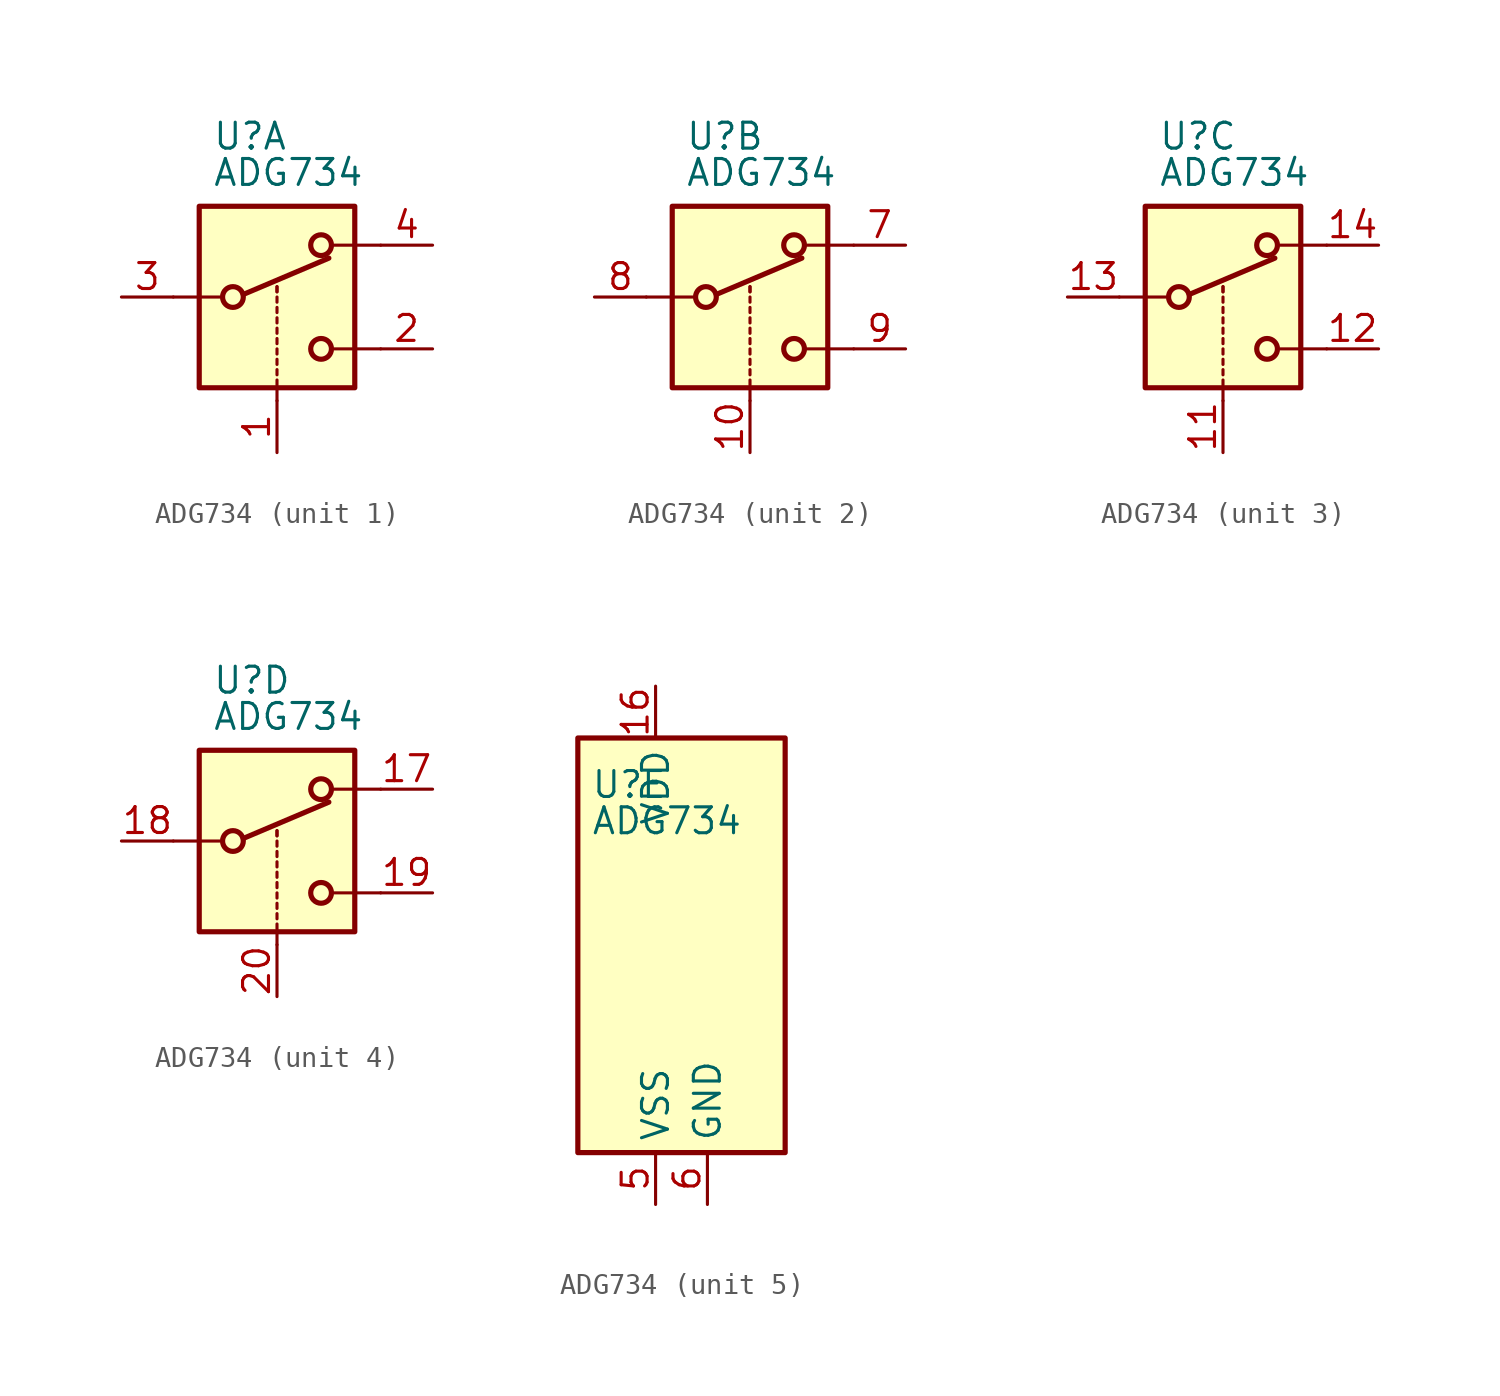
<source format=kicad_sym>
(kicad_symbol_lib
  (version 20241209)
  (generator "kicad_symbol_editor")
  (generator_version "9.0")
  (symbol "ADG734"
    (property "Reference" "U"
      (at -3.175 7.874 0)
      (effects (font (size 1.27 1.27)) (justify left)))
    (property "Value" "ADG734"
      (at -3.175 6.096 0)
      (effects (font (size 1.27 1.27)) (justify left)))
    (symbol "ADG734_1_1"
      (polyline (pts (xy -5.08 0) (xy -2.794 0)) (stroke (width 0) (type default)) (fill (type none)))
      (rectangle (start -3.81 4.445) (end 3.81 -4.445) (stroke (width 0.254) (type default)) (fill (type background)))
      (circle (center -2.159 0) (radius 0.508) (stroke (width 0.254) (type default)) (fill (type none)))
      (polyline (pts (xy -1.651 0.127) (xy 2.54 1.905)) (stroke (width 0.254) (type default)) (fill (type none)))
      (polyline (pts (xy 0 0.254) (xy 0 0.508)) (stroke (width 0) (type default)) (fill (type none)))
      (polyline (pts (xy 0 0.254) (xy 0 0.508)) (stroke (width 0) (type default)) (fill (type none)))
      (polyline (pts (xy 0 -0.254) (xy 0 0)) (stroke (width 0) (type default)) (fill (type none)))
      (polyline (pts (xy 0 -0.762) (xy 0 -0.508)) (stroke (width 0) (type default)) (fill (type none)))
      (polyline (pts (xy 0 -1.27) (xy 0 -1.016)) (stroke (width 0) (type default)) (fill (type none)))
      (polyline (pts (xy 0 -1.778) (xy 0 -1.524)) (stroke (width 0) (type default)) (fill (type none)))
      (polyline (pts (xy 0 -2.286) (xy 0 -2.032)) (stroke (width 0) (type default)) (fill (type none)))
      (polyline (pts (xy 0 -2.794) (xy 0 -2.54)) (stroke (width 0) (type default)) (fill (type none)))
      (polyline (pts (xy 0 -3.302) (xy 0 -3.048)) (stroke (width 0) (type default)) (fill (type none)))
      (polyline (pts (xy 0 -3.81) (xy 0 -3.556)) (stroke (width 0) (type default)) (fill (type none)))
      (polyline (pts (xy 0 -4.318) (xy 0 -4.064)) (stroke (width 0) (type default)) (fill (type none)))
      (polyline (pts (xy 0 -5.08) (xy 0 -4.572)) (stroke (width 0) (type default)) (fill (type none)))
      (circle (center 2.159 2.54) (radius 0.508) (stroke (width 0.254) (type default)) (fill (type none)))
      (circle (center 2.159 -2.54) (radius 0.508) (stroke (width 0.254) (type default)) (fill (type none)))
      (polyline (pts (xy 5.08 2.54) (xy 2.794 2.54)) (stroke (width 0) (type default)) (fill (type none)))
      (polyline (pts (xy 5.08 -2.54) (xy 2.794 -2.54)) (stroke (width 0) (type default)) (fill (type none)))
      (pin passive line (at -7.62 0 0) (length 2.54) (name "~" (effects (font (size 1.27 1.27)))) (number "3" (effects (font (size 1.27 1.27)))))
      (pin input line (at 0 -7.62 90) (length 2.54) (name "~" (effects (font (size 1.27 1.27)))) (number "1" (effects (font (size 1.27 1.27)))))
      (pin passive line (at 7.62 2.54 180) (length 2.54) (name "~" (effects (font (size 1.27 1.27)))) (number "4" (effects (font (size 1.27 1.27)))))
      (pin passive line (at 7.62 -2.54 180) (length 2.54) (name "~" (effects (font (size 1.27 1.27)))) (number "2" (effects (font (size 1.27 1.27))))))
    (symbol "ADG734_2_1"
      (polyline (pts (xy -5.08 0) (xy -2.794 0)) (stroke (width 0) (type default)) (fill (type none)))
      (rectangle (start -3.81 4.445) (end 3.81 -4.445) (stroke (width 0.254) (type default)) (fill (type background)))
      (circle (center -2.159 0) (radius 0.508) (stroke (width 0.254) (type default)) (fill (type none)))
      (polyline (pts (xy -1.651 0.127) (xy 2.54 1.905)) (stroke (width 0.254) (type default)) (fill (type none)))
      (polyline (pts (xy 0 0.254) (xy 0 0.508)) (stroke (width 0) (type default)) (fill (type none)))
      (polyline (pts (xy 0 0.254) (xy 0 0.508)) (stroke (width 0) (type default)) (fill (type none)))
      (polyline (pts (xy 0 -0.254) (xy 0 0)) (stroke (width 0) (type default)) (fill (type none)))
      (polyline (pts (xy 0 -0.762) (xy 0 -0.508)) (stroke (width 0) (type default)) (fill (type none)))
      (polyline (pts (xy 0 -1.27) (xy 0 -1.016)) (stroke (width 0) (type default)) (fill (type none)))
      (polyline (pts (xy 0 -1.778) (xy 0 -1.524)) (stroke (width 0) (type default)) (fill (type none)))
      (polyline (pts (xy 0 -2.286) (xy 0 -2.032)) (stroke (width 0) (type default)) (fill (type none)))
      (polyline (pts (xy 0 -2.794) (xy 0 -2.54)) (stroke (width 0) (type default)) (fill (type none)))
      (polyline (pts (xy 0 -3.302) (xy 0 -3.048)) (stroke (width 0) (type default)) (fill (type none)))
      (polyline (pts (xy 0 -3.81) (xy 0 -3.556)) (stroke (width 0) (type default)) (fill (type none)))
      (polyline (pts (xy 0 -4.318) (xy 0 -4.064)) (stroke (width 0) (type default)) (fill (type none)))
      (polyline (pts (xy 0 -5.08) (xy 0 -4.572)) (stroke (width 0) (type default)) (fill (type none)))
      (circle (center 2.159 2.54) (radius 0.508) (stroke (width 0.254) (type default)) (fill (type none)))
      (circle (center 2.159 -2.54) (radius 0.508) (stroke (width 0.254) (type default)) (fill (type none)))
      (polyline (pts (xy 5.08 2.54) (xy 2.794 2.54)) (stroke (width 0) (type default)) (fill (type none)))
      (polyline (pts (xy 5.08 -2.54) (xy 2.794 -2.54)) (stroke (width 0) (type default)) (fill (type none)))
      (pin passive line (at -7.62 0 0) (length 2.54) (name "~" (effects (font (size 1.27 1.27)))) (number "8" (effects (font (size 1.27 1.27)))))
      (pin input line (at 0 -7.62 90) (length 2.54) (name "~" (effects (font (size 1.27 1.27)))) (number "10" (effects (font (size 1.27 1.27)))))
      (pin passive line (at 7.62 2.54 180) (length 2.54) (name "~" (effects (font (size 1.27 1.27)))) (number "7" (effects (font (size 1.27 1.27)))))
      (pin passive line (at 7.62 -2.54 180) (length 2.54) (name "~" (effects (font (size 1.27 1.27)))) (number "9" (effects (font (size 1.27 1.27))))))
    (symbol "ADG734_3_1"
      (polyline (pts (xy -5.08 0) (xy -2.794 0)) (stroke (width 0) (type default)) (fill (type none)))
      (rectangle (start -3.81 4.445) (end 3.81 -4.445) (stroke (width 0.254) (type default)) (fill (type background)))
      (circle (center -2.159 0) (radius 0.508) (stroke (width 0.254) (type default)) (fill (type none)))
      (polyline (pts (xy -1.651 0.127) (xy 2.54 1.905)) (stroke (width 0.254) (type default)) (fill (type none)))
      (polyline (pts (xy 0 0.254) (xy 0 0.508)) (stroke (width 0) (type default)) (fill (type none)))
      (polyline (pts (xy 0 0.254) (xy 0 0.508)) (stroke (width 0) (type default)) (fill (type none)))
      (polyline (pts (xy 0 -0.254) (xy 0 0)) (stroke (width 0) (type default)) (fill (type none)))
      (polyline (pts (xy 0 -0.762) (xy 0 -0.508)) (stroke (width 0) (type default)) (fill (type none)))
      (polyline (pts (xy 0 -1.27) (xy 0 -1.016)) (stroke (width 0) (type default)) (fill (type none)))
      (polyline (pts (xy 0 -1.778) (xy 0 -1.524)) (stroke (width 0) (type default)) (fill (type none)))
      (polyline (pts (xy 0 -2.286) (xy 0 -2.032)) (stroke (width 0) (type default)) (fill (type none)))
      (polyline (pts (xy 0 -2.794) (xy 0 -2.54)) (stroke (width 0) (type default)) (fill (type none)))
      (polyline (pts (xy 0 -3.302) (xy 0 -3.048)) (stroke (width 0) (type default)) (fill (type none)))
      (polyline (pts (xy 0 -3.81) (xy 0 -3.556)) (stroke (width 0) (type default)) (fill (type none)))
      (polyline (pts (xy 0 -4.318) (xy 0 -4.064)) (stroke (width 0) (type default)) (fill (type none)))
      (polyline (pts (xy 0 -5.08) (xy 0 -4.572)) (stroke (width 0) (type default)) (fill (type none)))
      (circle (center 2.159 2.54) (radius 0.508) (stroke (width 0.254) (type default)) (fill (type none)))
      (circle (center 2.159 -2.54) (radius 0.508) (stroke (width 0.254) (type default)) (fill (type none)))
      (polyline (pts (xy 5.08 2.54) (xy 2.794 2.54)) (stroke (width 0) (type default)) (fill (type none)))
      (polyline (pts (xy 5.08 -2.54) (xy 2.794 -2.54)) (stroke (width 0) (type default)) (fill (type none)))
      (pin passive line (at -7.62 0 0) (length 2.54) (name "~" (effects (font (size 1.27 1.27)))) (number "13" (effects (font (size 1.27 1.27)))))
      (pin input line (at 0 -7.62 90) (length 2.54) (name "~" (effects (font (size 1.27 1.27)))) (number "11" (effects (font (size 1.27 1.27)))))
      (pin passive line (at 7.62 2.54 180) (length 2.54) (name "~" (effects (font (size 1.27 1.27)))) (number "14" (effects (font (size 1.27 1.27)))))
      (pin passive line (at 7.62 -2.54 180) (length 2.54) (name "~" (effects (font (size 1.27 1.27)))) (number "12" (effects (font (size 1.27 1.27))))))
    (symbol "ADG734_4_1"
      (polyline (pts (xy -5.08 0) (xy -2.794 0)) (stroke (width 0) (type default)) (fill (type none)))
      (rectangle (start -3.81 4.445) (end 3.81 -4.445) (stroke (width 0.254) (type default)) (fill (type background)))
      (circle (center -2.159 0) (radius 0.508) (stroke (width 0.254) (type default)) (fill (type none)))
      (polyline (pts (xy -1.651 0.127) (xy 2.54 1.905)) (stroke (width 0.254) (type default)) (fill (type none)))
      (polyline (pts (xy 0 0.254) (xy 0 0.508)) (stroke (width 0) (type default)) (fill (type none)))
      (polyline (pts (xy 0 0.254) (xy 0 0.508)) (stroke (width 0) (type default)) (fill (type none)))
      (polyline (pts (xy 0 -0.254) (xy 0 0)) (stroke (width 0) (type default)) (fill (type none)))
      (polyline (pts (xy 0 -0.762) (xy 0 -0.508)) (stroke (width 0) (type default)) (fill (type none)))
      (polyline (pts (xy 0 -1.27) (xy 0 -1.016)) (stroke (width 0) (type default)) (fill (type none)))
      (polyline (pts (xy 0 -1.778) (xy 0 -1.524)) (stroke (width 0) (type default)) (fill (type none)))
      (polyline (pts (xy 0 -2.286) (xy 0 -2.032)) (stroke (width 0) (type default)) (fill (type none)))
      (polyline (pts (xy 0 -2.794) (xy 0 -2.54)) (stroke (width 0) (type default)) (fill (type none)))
      (polyline (pts (xy 0 -3.302) (xy 0 -3.048)) (stroke (width 0) (type default)) (fill (type none)))
      (polyline (pts (xy 0 -3.81) (xy 0 -3.556)) (stroke (width 0) (type default)) (fill (type none)))
      (polyline (pts (xy 0 -4.318) (xy 0 -4.064)) (stroke (width 0) (type default)) (fill (type none)))
      (polyline (pts (xy 0 -5.08) (xy 0 -4.572)) (stroke (width 0) (type default)) (fill (type none)))
      (circle (center 2.159 2.54) (radius 0.508) (stroke (width 0.254) (type default)) (fill (type none)))
      (circle (center 2.159 -2.54) (radius 0.508) (stroke (width 0.254) (type default)) (fill (type none)))
      (polyline (pts (xy 5.08 2.54) (xy 2.794 2.54)) (stroke (width 0) (type default)) (fill (type none)))
      (polyline (pts (xy 5.08 -2.54) (xy 2.794 -2.54)) (stroke (width 0) (type default)) (fill (type none)))
      (pin passive line (at -7.62 0 0) (length 2.54) (name "~" (effects (font (size 1.27 1.27)))) (number "18" (effects (font (size 1.27 1.27)))))
      (pin input line (at 0 -7.62 90) (length 2.54) (name "~" (effects (font (size 1.27 1.27)))) (number "20" (effects (font (size 1.27 1.27)))))
      (pin passive line (at 7.62 2.54 180) (length 2.54) (name "~" (effects (font (size 1.27 1.27)))) (number "17" (effects (font (size 1.27 1.27)))))
      (pin passive line (at 7.62 -2.54 180) (length 2.54) (name "~" (effects (font (size 1.27 1.27)))) (number "19" (effects (font (size 1.27 1.27))))))
    (symbol "ADG734_5_0"
      (pin power_in line (at 0 12.7 270) (length 2.54) (name "VDD" (effects (font (size 1.27 1.27)))) (number "16" (effects (font (size 1.27 1.27)))))
      (pin power_in line (at 0 -12.7 90) (length 2.54) (name "VSS" (effects (font (size 1.27 1.27)))) (number "5" (effects (font (size 1.27 1.27)))))
      (pin no_connect line (at 2.54 10.16 270) (length 2.54) (hide yes) (name "NC" (effects (font (size 1.27 1.27)))) (number "15" (effects (font (size 1.27 1.27)))))
      (pin power_in line (at 2.54 -12.7 90) (length 2.54) (name "GND" (effects (font (size 1.27 1.27)))) (number "6" (effects (font (size 1.27 1.27))))))
    (symbol "ADG734_5_1"
      (rectangle (start -3.81 10.16) (end 6.35 -10.16) (stroke (width 0.254) (type default)) (fill (type background))))))
</source>
